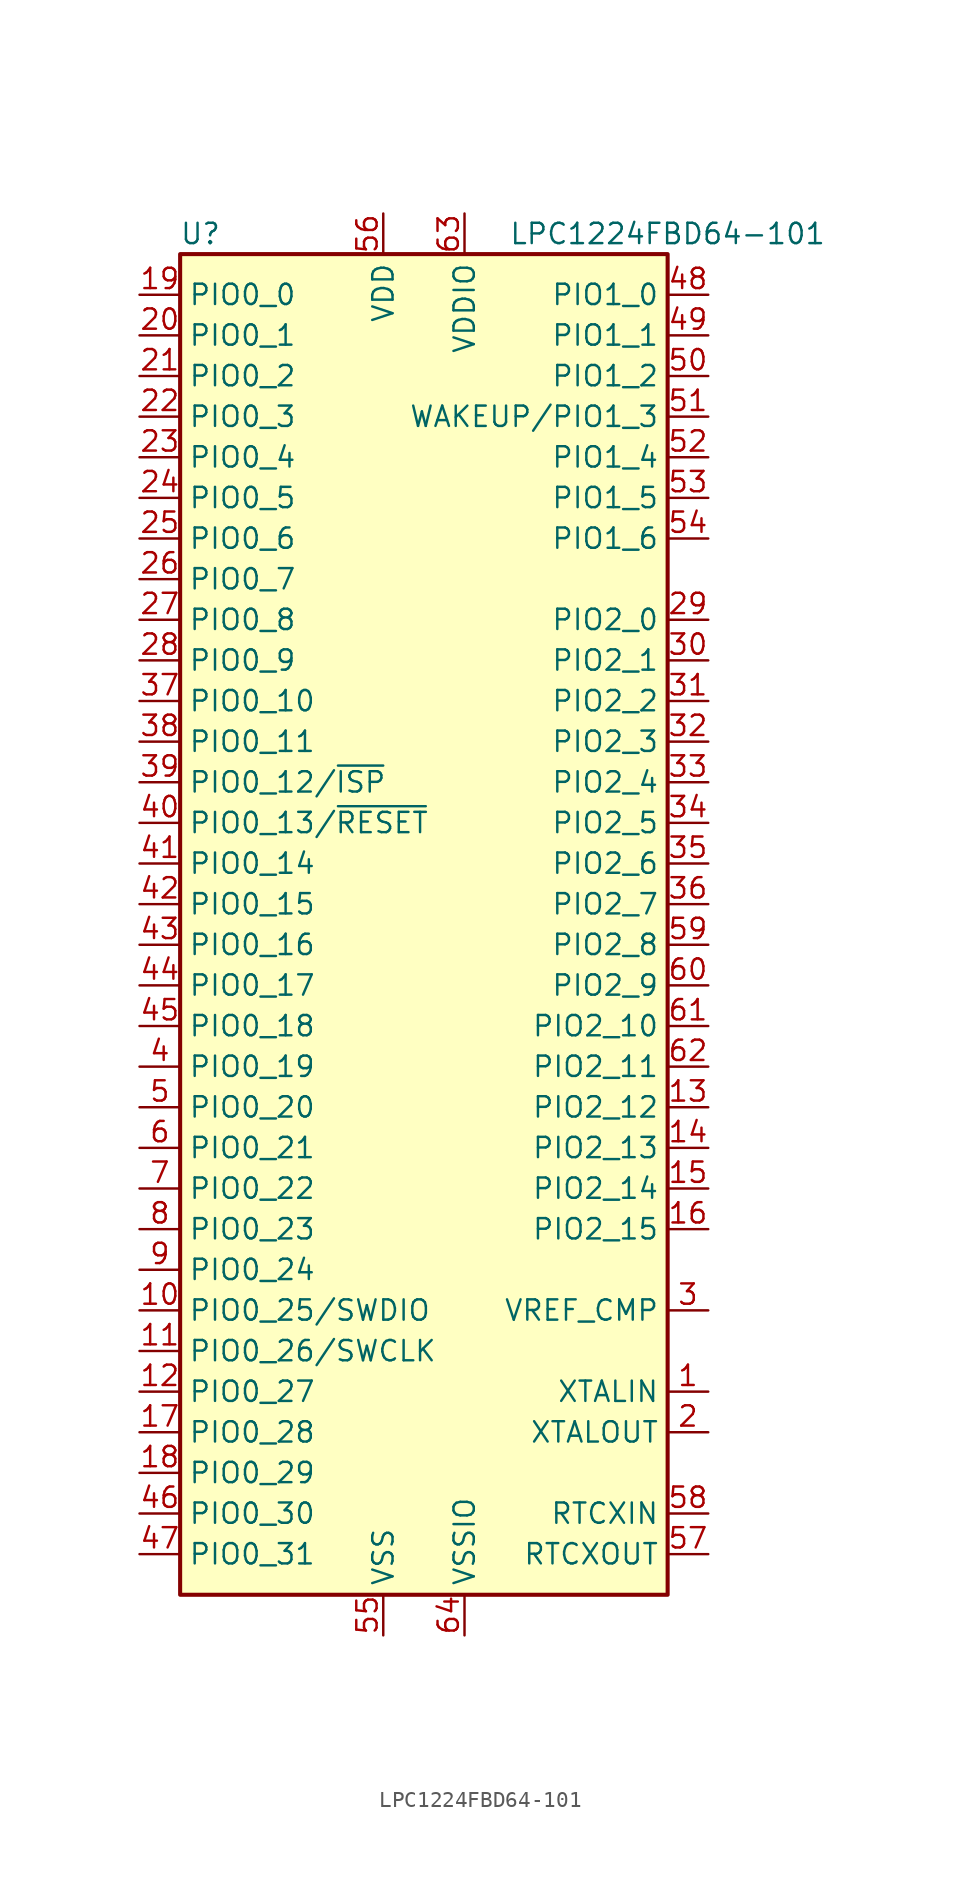
<source format=kicad_sym>
(kicad_symbol_lib
  (version 20241209)
  (generator "kicad_symbol_editor")
  (generator_version "9.0")
  (symbol "LPC1224FBD64-101"
    (property "Reference" "U"
      (at -13.97 44.45 0)
      (effects (font (size 1.27 1.27))))
    (property "Value" "LPC1224FBD64-101"
      (at 15.24 44.45 0)
      (effects (font (size 1.27 1.27))))
    (symbol "LPC1224FBD64-101_0_1"
      (rectangle (start -15.24 43.18) (end 15.24 -40.64) (stroke (width 0.254) (type default)) (fill (type background))))
    (symbol "LPC1224FBD64-101_1_1"
      (pin bidirectional line (at -17.78 40.64 0) (length 2.54) (name "PIO0_0" (effects (font (size 1.27 1.27)))) (number "19" (effects (font (size 1.27 1.27)))))
      (pin bidirectional line (at -17.78 38.1 0) (length 2.54) (name "PIO0_1" (effects (font (size 1.27 1.27)))) (number "20" (effects (font (size 1.27 1.27)))))
      (pin bidirectional line (at -17.78 35.56 0) (length 2.54) (name "PIO0_2" (effects (font (size 1.27 1.27)))) (number "21" (effects (font (size 1.27 1.27)))))
      (pin bidirectional line (at -17.78 33.02 0) (length 2.54) (name "PIO0_3" (effects (font (size 1.27 1.27)))) (number "22" (effects (font (size 1.27 1.27)))))
      (pin bidirectional line (at -17.78 30.48 0) (length 2.54) (name "PIO0_4" (effects (font (size 1.27 1.27)))) (number "23" (effects (font (size 1.27 1.27)))))
      (pin bidirectional line (at -17.78 27.94 0) (length 2.54) (name "PIO0_5" (effects (font (size 1.27 1.27)))) (number "24" (effects (font (size 1.27 1.27)))))
      (pin bidirectional line (at -17.78 25.4 0) (length 2.54) (name "PIO0_6" (effects (font (size 1.27 1.27)))) (number "25" (effects (font (size 1.27 1.27)))))
      (pin bidirectional line (at -17.78 22.86 0) (length 2.54) (name "PIO0_7" (effects (font (size 1.27 1.27)))) (number "26" (effects (font (size 1.27 1.27)))))
      (pin bidirectional line (at -17.78 20.32 0) (length 2.54) (name "PIO0_8" (effects (font (size 1.27 1.27)))) (number "27" (effects (font (size 1.27 1.27)))))
      (pin bidirectional line (at -17.78 17.78 0) (length 2.54) (name "PIO0_9" (effects (font (size 1.27 1.27)))) (number "28" (effects (font (size 1.27 1.27)))))
      (pin bidirectional line (at -17.78 15.24 0) (length 2.54) (name "PIO0_10" (effects (font (size 1.27 1.27)))) (number "37" (effects (font (size 1.27 1.27)))))
      (pin bidirectional line (at -17.78 12.7 0) (length 2.54) (name "PIO0_11" (effects (font (size 1.27 1.27)))) (number "38" (effects (font (size 1.27 1.27)))))
      (pin bidirectional line (at -17.78 10.16 0) (length 2.54) (name "PIO0_12/~{ISP}" (effects (font (size 1.27 1.27)))) (number "39" (effects (font (size 1.27 1.27)))))
      (pin bidirectional line (at -17.78 7.62 0) (length 2.54) (name "PIO0_13/~{RESET}" (effects (font (size 1.27 1.27)))) (number "40" (effects (font (size 1.27 1.27)))))
      (pin bidirectional line (at -17.78 5.08 0) (length 2.54) (name "PIO0_14" (effects (font (size 1.27 1.27)))) (number "41" (effects (font (size 1.27 1.27)))))
      (pin bidirectional line (at -17.78 2.54 0) (length 2.54) (name "PIO0_15" (effects (font (size 1.27 1.27)))) (number "42" (effects (font (size 1.27 1.27)))))
      (pin bidirectional line (at -17.78 0 0) (length 2.54) (name "PIO0_16" (effects (font (size 1.27 1.27)))) (number "43" (effects (font (size 1.27 1.27)))))
      (pin bidirectional line (at -17.78 -2.54 0) (length 2.54) (name "PIO0_17" (effects (font (size 1.27 1.27)))) (number "44" (effects (font (size 1.27 1.27)))))
      (pin bidirectional line (at -17.78 -5.08 0) (length 2.54) (name "PIO0_18" (effects (font (size 1.27 1.27)))) (number "45" (effects (font (size 1.27 1.27)))))
      (pin bidirectional line (at -17.78 -7.62 0) (length 2.54) (name "PIO0_19" (effects (font (size 1.27 1.27)))) (number "4" (effects (font (size 1.27 1.27)))))
      (pin bidirectional line (at -17.78 -10.16 0) (length 2.54) (name "PIO0_20" (effects (font (size 1.27 1.27)))) (number "5" (effects (font (size 1.27 1.27)))))
      (pin bidirectional line (at -17.78 -12.7 0) (length 2.54) (name "PIO0_21" (effects (font (size 1.27 1.27)))) (number "6" (effects (font (size 1.27 1.27)))))
      (pin bidirectional line (at -17.78 -15.24 0) (length 2.54) (name "PIO0_22" (effects (font (size 1.27 1.27)))) (number "7" (effects (font (size 1.27 1.27)))))
      (pin bidirectional line (at -17.78 -17.78 0) (length 2.54) (name "PIO0_23" (effects (font (size 1.27 1.27)))) (number "8" (effects (font (size 1.27 1.27)))))
      (pin bidirectional line (at -17.78 -20.32 0) (length 2.54) (name "PIO0_24" (effects (font (size 1.27 1.27)))) (number "9" (effects (font (size 1.27 1.27)))))
      (pin bidirectional line (at -17.78 -22.86 0) (length 2.54) (name "PIO0_25/SWDIO" (effects (font (size 1.27 1.27)))) (number "10" (effects (font (size 1.27 1.27)))))
      (pin bidirectional line (at -17.78 -25.4 0) (length 2.54) (name "PIO0_26/SWCLK" (effects (font (size 1.27 1.27)))) (number "11" (effects (font (size 1.27 1.27)))))
      (pin bidirectional line (at -17.78 -27.94 0) (length 2.54) (name "PIO0_27" (effects (font (size 1.27 1.27)))) (number "12" (effects (font (size 1.27 1.27)))))
      (pin bidirectional line (at -17.78 -30.48 0) (length 2.54) (name "PIO0_28" (effects (font (size 1.27 1.27)))) (number "17" (effects (font (size 1.27 1.27)))))
      (pin bidirectional line (at -17.78 -33.02 0) (length 2.54) (name "PIO0_29" (effects (font (size 1.27 1.27)))) (number "18" (effects (font (size 1.27 1.27)))))
      (pin bidirectional line (at -17.78 -35.56 0) (length 2.54) (name "PIO0_30" (effects (font (size 1.27 1.27)))) (number "46" (effects (font (size 1.27 1.27)))))
      (pin bidirectional line (at -17.78 -38.1 0) (length 2.54) (name "PIO0_31" (effects (font (size 1.27 1.27)))) (number "47" (effects (font (size 1.27 1.27)))))
      (pin power_in line (at -2.54 45.72 270) (length 2.54) (name "VDD" (effects (font (size 1.27 1.27)))) (number "56" (effects (font (size 1.27 1.27)))))
      (pin power_in line (at -2.54 -43.18 90) (length 2.54) (name "VSS" (effects (font (size 1.27 1.27)))) (number "55" (effects (font (size 1.27 1.27)))))
      (pin power_in line (at 2.54 45.72 270) (length 2.54) (name "VDDIO" (effects (font (size 1.27 1.27)))) (number "63" (effects (font (size 1.27 1.27)))))
      (pin power_in line (at 2.54 -43.18 90) (length 2.54) (name "VSSIO" (effects (font (size 1.27 1.27)))) (number "64" (effects (font (size 1.27 1.27)))))
      (pin bidirectional line (at 17.78 40.64 180) (length 2.54) (name "PIO1_0" (effects (font (size 1.27 1.27)))) (number "48" (effects (font (size 1.27 1.27)))))
      (pin bidirectional line (at 17.78 38.1 180) (length 2.54) (name "PIO1_1" (effects (font (size 1.27 1.27)))) (number "49" (effects (font (size 1.27 1.27)))))
      (pin bidirectional line (at 17.78 35.56 180) (length 2.54) (name "PIO1_2" (effects (font (size 1.27 1.27)))) (number "50" (effects (font (size 1.27 1.27)))))
      (pin bidirectional line (at 17.78 33.02 180) (length 2.54) (name "WAKEUP/PIO1_3" (effects (font (size 1.27 1.27)))) (number "51" (effects (font (size 1.27 1.27)))))
      (pin bidirectional line (at 17.78 30.48 180) (length 2.54) (name "PIO1_4" (effects (font (size 1.27 1.27)))) (number "52" (effects (font (size 1.27 1.27)))))
      (pin bidirectional line (at 17.78 27.94 180) (length 2.54) (name "PIO1_5" (effects (font (size 1.27 1.27)))) (number "53" (effects (font (size 1.27 1.27)))))
      (pin bidirectional line (at 17.78 25.4 180) (length 2.54) (name "PIO1_6" (effects (font (size 1.27 1.27)))) (number "54" (effects (font (size 1.27 1.27)))))
      (pin bidirectional line (at 17.78 20.32 180) (length 2.54) (name "PIO2_0" (effects (font (size 1.27 1.27)))) (number "29" (effects (font (size 1.27 1.27)))))
      (pin bidirectional line (at 17.78 17.78 180) (length 2.54) (name "PIO2_1" (effects (font (size 1.27 1.27)))) (number "30" (effects (font (size 1.27 1.27)))))
      (pin bidirectional line (at 17.78 15.24 180) (length 2.54) (name "PIO2_2" (effects (font (size 1.27 1.27)))) (number "31" (effects (font (size 1.27 1.27)))))
      (pin bidirectional line (at 17.78 12.7 180) (length 2.54) (name "PIO2_3" (effects (font (size 1.27 1.27)))) (number "32" (effects (font (size 1.27 1.27)))))
      (pin bidirectional line (at 17.78 10.16 180) (length 2.54) (name "PIO2_4" (effects (font (size 1.27 1.27)))) (number "33" (effects (font (size 1.27 1.27)))))
      (pin bidirectional line (at 17.78 7.62 180) (length 2.54) (name "PIO2_5" (effects (font (size 1.27 1.27)))) (number "34" (effects (font (size 1.27 1.27)))))
      (pin bidirectional line (at 17.78 5.08 180) (length 2.54) (name "PIO2_6" (effects (font (size 1.27 1.27)))) (number "35" (effects (font (size 1.27 1.27)))))
      (pin bidirectional line (at 17.78 2.54 180) (length 2.54) (name "PIO2_7" (effects (font (size 1.27 1.27)))) (number "36" (effects (font (size 1.27 1.27)))))
      (pin bidirectional line (at 17.78 0 180) (length 2.54) (name "PIO2_8" (effects (font (size 1.27 1.27)))) (number "59" (effects (font (size 1.27 1.27)))))
      (pin bidirectional line (at 17.78 -2.54 180) (length 2.54) (name "PIO2_9" (effects (font (size 1.27 1.27)))) (number "60" (effects (font (size 1.27 1.27)))))
      (pin bidirectional line (at 17.78 -5.08 180) (length 2.54) (name "PIO2_10" (effects (font (size 1.27 1.27)))) (number "61" (effects (font (size 1.27 1.27)))))
      (pin bidirectional line (at 17.78 -7.62 180) (length 2.54) (name "PIO2_11" (effects (font (size 1.27 1.27)))) (number "62" (effects (font (size 1.27 1.27)))))
      (pin bidirectional line (at 17.78 -10.16 180) (length 2.54) (name "PIO2_12" (effects (font (size 1.27 1.27)))) (number "13" (effects (font (size 1.27 1.27)))))
      (pin bidirectional line (at 17.78 -12.7 180) (length 2.54) (name "PIO2_13" (effects (font (size 1.27 1.27)))) (number "14" (effects (font (size 1.27 1.27)))))
      (pin bidirectional line (at 17.78 -15.24 180) (length 2.54) (name "PIO2_14" (effects (font (size 1.27 1.27)))) (number "15" (effects (font (size 1.27 1.27)))))
      (pin bidirectional line (at 17.78 -17.78 180) (length 2.54) (name "PIO2_15" (effects (font (size 1.27 1.27)))) (number "16" (effects (font (size 1.27 1.27)))))
      (pin input line (at 17.78 -22.86 180) (length 2.54) (name "VREF_CMP" (effects (font (size 1.27 1.27)))) (number "3" (effects (font (size 1.27 1.27)))))
      (pin input line (at 17.78 -27.94 180) (length 2.54) (name "XTALIN" (effects (font (size 1.27 1.27)))) (number "1" (effects (font (size 1.27 1.27)))))
      (pin output line (at 17.78 -30.48 180) (length 2.54) (name "XTALOUT" (effects (font (size 1.27 1.27)))) (number "2" (effects (font (size 1.27 1.27)))))
      (pin input line (at 17.78 -35.56 180) (length 2.54) (name "RTCXIN" (effects (font (size 1.27 1.27)))) (number "58" (effects (font (size 1.27 1.27)))))
      (pin output line (at 17.78 -38.1 180) (length 2.54) (name "RTCXOUT" (effects (font (size 1.27 1.27)))) (number "57" (effects (font (size 1.27 1.27))))))))
</source>
